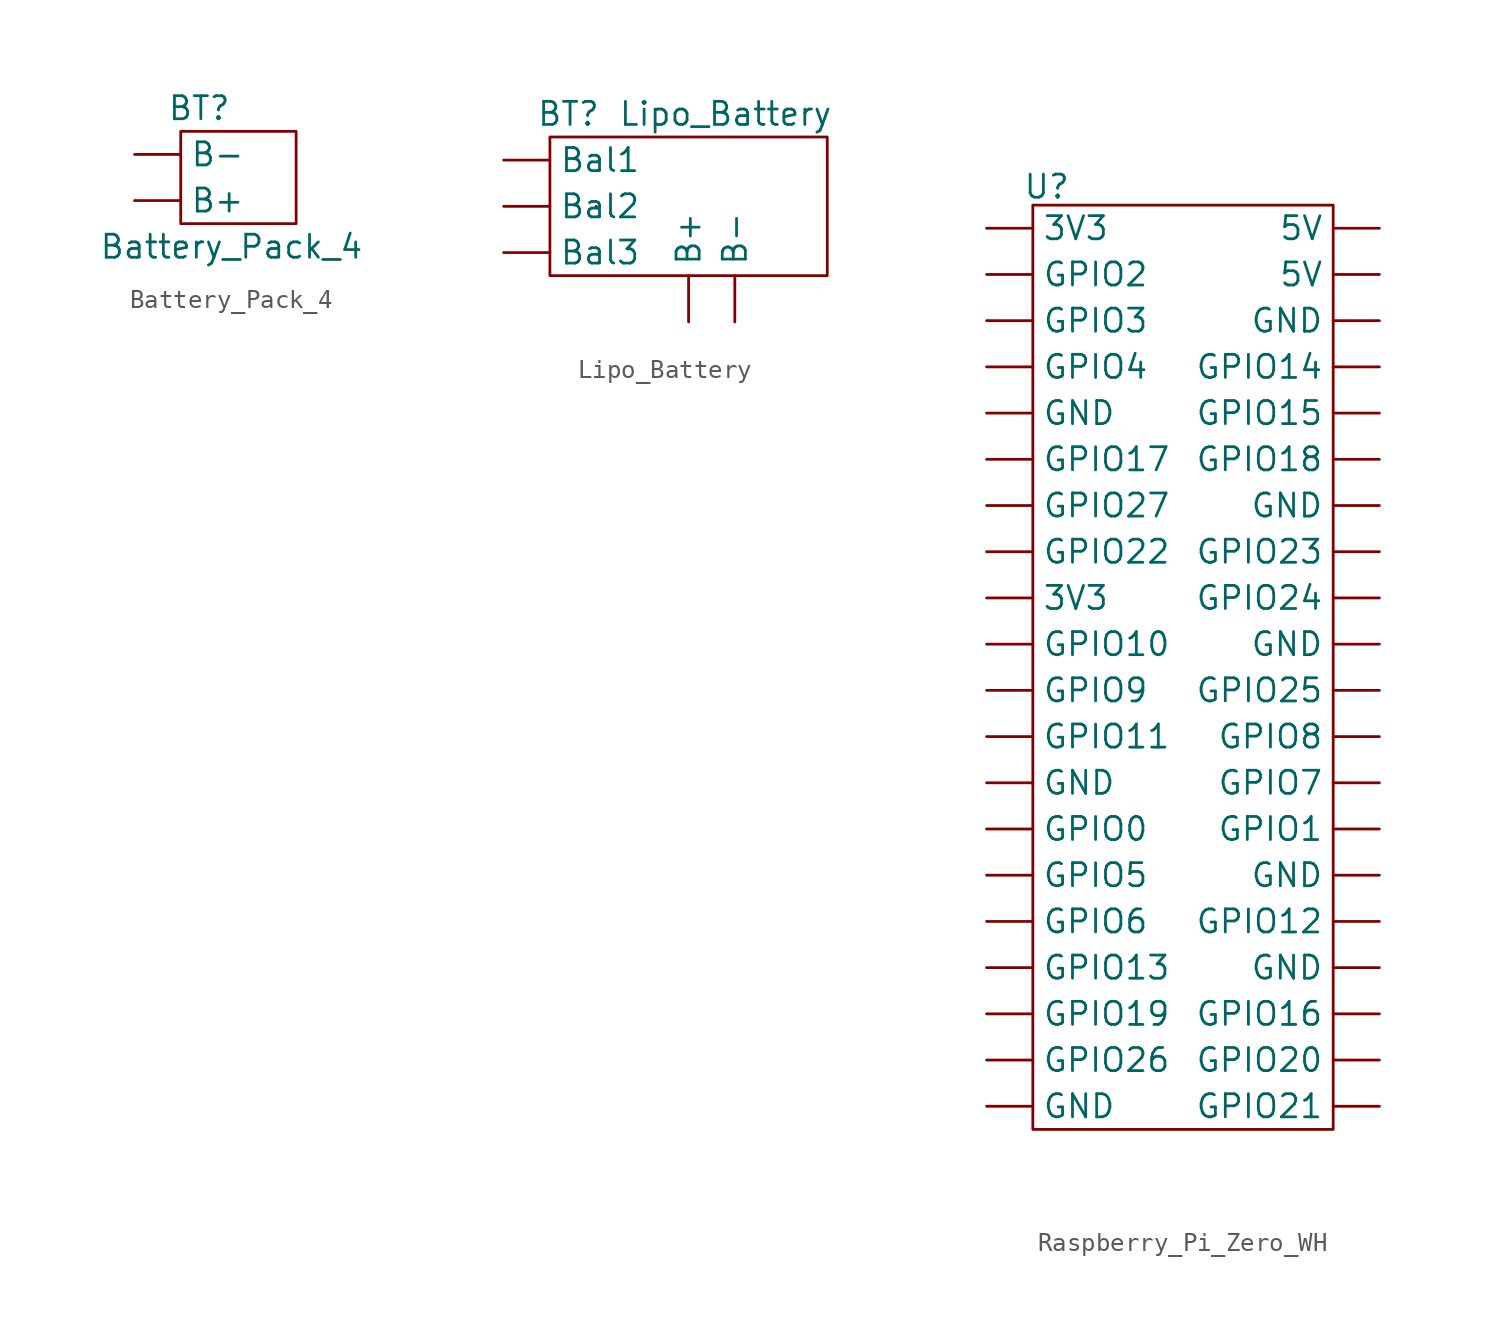
<source format=kicad_sym>
(kicad_symbol_lib
  (version 20231120)
  (generator "kicad_symbol_editor")
  (generator_version "8.0")
  (symbol "Battery_Pack_4"
    (property "Reference" "BT"
      (at -1.524 5.08 0)
      (effects (font (size 1.27 1.27))))
    (property "Value" "Battery_Pack_4"
      (at 0.254 -2.54 0)
      (effects (font (size 1.27 1.27))))
    (symbol "Battery_Pack_4_0_1"
      (rectangle (start -2.54 3.81) (end 3.81 -1.27) (stroke (width 0) (type default)) (fill (type none))))
    (symbol "Battery_Pack_4_1_1"
      (pin output line (at -5.08 0 0) (length 2.54) (name "B+" (effects (font (size 1.27 1.27)))) (number "" (effects (font (size 1.27 1.27)))))
      (pin output line (at -5.08 2.54 0) (length 2.54) (name "B-" (effects (font (size 1.27 1.27)))) (number "" (effects (font (size 1.27 1.27)))))))
  (symbol "Lipo_Battery"
    (property "Reference" "BT"
      (at -6.604 5.08 0)
      (effects (font (size 1.27 1.27))))
    (property "Value" "Lipo_Battery"
      (at 2.032 5.08 0)
      (effects (font (size 1.27 1.27))))
    (symbol "Lipo_Battery_0_1"
      (rectangle (start -7.62 3.81) (end 7.62 -3.81) (stroke (width 0) (type default)) (fill (type none)))
      (polyline (pts (xy -5.08 0) (xy -5.08 0)) (stroke (width 0) (type default)) (fill (type none))))
    (symbol "Lipo_Battery_1_1"
      (pin output line (at 0 -6.35 90) (length 2.54) (name "B+" (effects (font (size 1.27 1.27)))) (number "" (effects (font (size 1.27 1.27)))))
      (pin output line (at 2.54 -6.35 90) (length 2.54) (name "B-" (effects (font (size 1.27 1.27)))) (number "" (effects (font (size 1.27 1.27)))))
      (pin output line (at -10.16 2.54 0) (length 2.54) (name "Bal1" (effects (font (size 1.27 1.27)))) (number "" (effects (font (size 1.27 1.27)))))
      (pin output line (at -10.16 0 0) (length 2.54) (name "Bal2" (effects (font (size 1.27 1.27)))) (number "" (effects (font (size 1.27 1.27)))))
      (pin output line (at -10.16 -2.54 0) (length 2.54) (name "Bal3" (effects (font (size 1.27 1.27)))) (number "" (effects (font (size 1.27 1.27)))))))
  (symbol "Raspberry_Pi_Zero_WH"
    (property "Reference" "U"
      (at -10.668 13.716 0)
      (effects (font (size 1.27 1.27))))
    (property "Value" ""
      (at 0 0 0)
      (effects (font (size 1.27 1.27))))
    (symbol "Raspberry_Pi_Zero_WH_0_1"
      (rectangle (start -11.43 12.7) (end 5.08 -38.1) (stroke (width 0) (type default)) (fill (type none))))
    (symbol "Raspberry_Pi_Zero_WH_1_1"
      (pin bidirectional line (at -13.97 -8.89 0) (length 2.54) (name "3V3" (effects (font (size 1.27 1.27)))) (number "" (effects (font (size 1.27 1.27)))))
      (pin bidirectional line (at -13.97 11.43 0) (length 2.54) (name "3V3" (effects (font (size 1.27 1.27)))) (number "" (effects (font (size 1.27 1.27)))))
      (pin bidirectional line (at 7.62 8.89 180) (length 2.54) (name "5V" (effects (font (size 1.27 1.27)))) (number "" (effects (font (size 1.27 1.27)))))
      (pin bidirectional line (at 7.62 11.43 180) (length 2.54) (name "5V" (effects (font (size 1.27 1.27)))) (number "" (effects (font (size 1.27 1.27)))))
      (pin bidirectional line (at -13.97 -36.83 0) (length 2.54) (name "GND" (effects (font (size 1.27 1.27)))) (number "" (effects (font (size 1.27 1.27)))))
      (pin bidirectional line (at -13.97 -19.05 0) (length 2.54) (name "GND" (effects (font (size 1.27 1.27)))) (number "" (effects (font (size 1.27 1.27)))))
      (pin bidirectional line (at -13.97 1.27 0) (length 2.54) (name "GND" (effects (font (size 1.27 1.27)))) (number "" (effects (font (size 1.27 1.27)))))
      (pin bidirectional line (at 7.62 -29.21 180) (length 2.54) (name "GND" (effects (font (size 1.27 1.27)))) (number "" (effects (font (size 1.27 1.27)))))
      (pin bidirectional line (at 7.62 -24.13 180) (length 2.54) (name "GND" (effects (font (size 1.27 1.27)))) (number "" (effects (font (size 1.27 1.27)))))
      (pin bidirectional line (at 7.62 -11.43 180) (length 2.54) (name "GND" (effects (font (size 1.27 1.27)))) (number "" (effects (font (size 1.27 1.27)))))
      (pin bidirectional line (at 7.62 -3.81 180) (length 2.54) (name "GND" (effects (font (size 1.27 1.27)))) (number "" (effects (font (size 1.27 1.27)))))
      (pin bidirectional line (at 7.62 6.35 180) (length 2.54) (name "GND" (effects (font (size 1.27 1.27)))) (number "" (effects (font (size 1.27 1.27)))))
      (pin bidirectional line (at -13.97 -21.59 0) (length 2.54) (name "GPIO0" (effects (font (size 1.27 1.27)))) (number "" (effects (font (size 1.27 1.27)))))
      (pin bidirectional line (at 7.62 -21.59 180) (length 2.54) (name "GPIO1" (effects (font (size 1.27 1.27)))) (number "" (effects (font (size 1.27 1.27)))))
      (pin bidirectional line (at -13.97 -11.43 0) (length 2.54) (name "GPIO10" (effects (font (size 1.27 1.27)))) (number "" (effects (font (size 1.27 1.27)))))
      (pin bidirectional line (at -13.97 -16.51 0) (length 2.54) (name "GPIO11" (effects (font (size 1.27 1.27)))) (number "" (effects (font (size 1.27 1.27)))))
      (pin bidirectional line (at 7.62 -26.67 180) (length 2.54) (name "GPIO12" (effects (font (size 1.27 1.27)))) (number "" (effects (font (size 1.27 1.27)))))
      (pin bidirectional line (at -13.97 -29.21 0) (length 2.54) (name "GPIO13" (effects (font (size 1.27 1.27)))) (number "" (effects (font (size 1.27 1.27)))))
      (pin bidirectional line (at 7.62 3.81 180) (length 2.54) (name "GPIO14" (effects (font (size 1.27 1.27)))) (number "" (effects (font (size 1.27 1.27)))))
      (pin bidirectional line (at 7.62 1.27 180) (length 2.54) (name "GPIO15" (effects (font (size 1.27 1.27)))) (number "" (effects (font (size 1.27 1.27)))))
      (pin bidirectional line (at 7.62 -31.75 180) (length 2.54) (name "GPIO16" (effects (font (size 1.27 1.27)))) (number "" (effects (font (size 1.27 1.27)))))
      (pin bidirectional line (at -13.97 -1.27 0) (length 2.54) (name "GPIO17" (effects (font (size 1.27 1.27)))) (number "" (effects (font (size 1.27 1.27)))))
      (pin bidirectional line (at 7.62 -1.27 180) (length 2.54) (name "GPIO18" (effects (font (size 1.27 1.27)))) (number "" (effects (font (size 1.27 1.27)))))
      (pin bidirectional line (at -13.97 -31.75 0) (length 2.54) (name "GPIO19" (effects (font (size 1.27 1.27)))) (number "" (effects (font (size 1.27 1.27)))))
      (pin bidirectional line (at -13.97 8.89 0) (length 2.54) (name "GPIO2" (effects (font (size 1.27 1.27)))) (number "" (effects (font (size 1.27 1.27)))))
      (pin bidirectional line (at 7.62 -34.29 180) (length 2.54) (name "GPIO20" (effects (font (size 1.27 1.27)))) (number "" (effects (font (size 1.27 1.27)))))
      (pin bidirectional line (at 7.62 -36.83 180) (length 2.54) (name "GPIO21" (effects (font (size 1.27 1.27)))) (number "" (effects (font (size 1.27 1.27)))))
      (pin bidirectional line (at -13.97 -6.35 0) (length 2.54) (name "GPIO22" (effects (font (size 1.27 1.27)))) (number "" (effects (font (size 1.27 1.27)))))
      (pin bidirectional line (at 7.62 -6.35 180) (length 2.54) (name "GPIO23" (effects (font (size 1.27 1.27)))) (number "" (effects (font (size 1.27 1.27)))))
      (pin bidirectional line (at 7.62 -8.89 180) (length 2.54) (name "GPIO24" (effects (font (size 1.27 1.27)))) (number "" (effects (font (size 1.27 1.27)))))
      (pin bidirectional line (at 7.62 -13.97 180) (length 2.54) (name "GPIO25" (effects (font (size 1.27 1.27)))) (number "" (effects (font (size 1.27 1.27)))))
      (pin bidirectional line (at -13.97 -34.29 0) (length 2.54) (name "GPIO26" (effects (font (size 1.27 1.27)))) (number "" (effects (font (size 1.27 1.27)))))
      (pin bidirectional line (at -13.97 -3.81 0) (length 2.54) (name "GPIO27" (effects (font (size 1.27 1.27)))) (number "" (effects (font (size 1.27 1.27)))))
      (pin bidirectional line (at -13.97 6.35 0) (length 2.54) (name "GPIO3" (effects (font (size 1.27 1.27)))) (number "" (effects (font (size 1.27 1.27)))))
      (pin bidirectional line (at -13.97 3.81 0) (length 2.54) (name "GPIO4" (effects (font (size 1.27 1.27)))) (number "" (effects (font (size 1.27 1.27)))))
      (pin bidirectional line (at -13.97 -24.13 0) (length 2.54) (name "GPIO5" (effects (font (size 1.27 1.27)))) (number "" (effects (font (size 1.27 1.27)))))
      (pin bidirectional line (at -13.97 -26.67 0) (length 2.54) (name "GPIO6" (effects (font (size 1.27 1.27)))) (number "" (effects (font (size 1.27 1.27)))))
      (pin bidirectional line (at 7.62 -19.05 180) (length 2.54) (name "GPIO7" (effects (font (size 1.27 1.27)))) (number "" (effects (font (size 1.27 1.27)))))
      (pin bidirectional line (at 7.62 -16.51 180) (length 2.54) (name "GPIO8" (effects (font (size 1.27 1.27)))) (number "" (effects (font (size 1.27 1.27)))))
      (pin bidirectional line (at -13.97 -13.97 0) (length 2.54) (name "GPIO9" (effects (font (size 1.27 1.27)))) (number "" (effects (font (size 1.27 1.27))))))))
</source>
